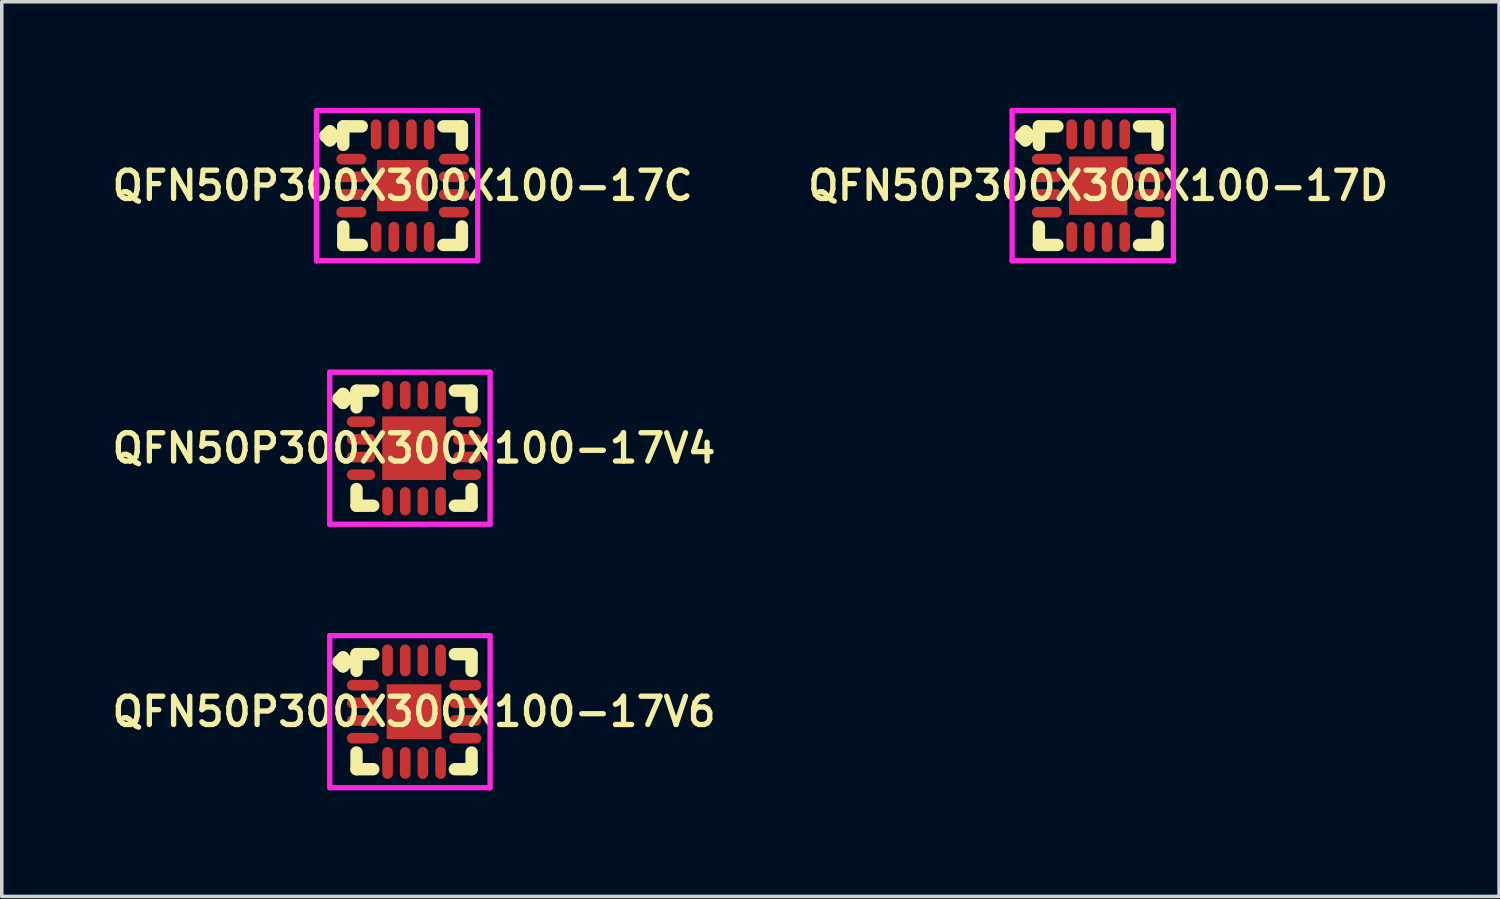
<source format=kicad_pcb>
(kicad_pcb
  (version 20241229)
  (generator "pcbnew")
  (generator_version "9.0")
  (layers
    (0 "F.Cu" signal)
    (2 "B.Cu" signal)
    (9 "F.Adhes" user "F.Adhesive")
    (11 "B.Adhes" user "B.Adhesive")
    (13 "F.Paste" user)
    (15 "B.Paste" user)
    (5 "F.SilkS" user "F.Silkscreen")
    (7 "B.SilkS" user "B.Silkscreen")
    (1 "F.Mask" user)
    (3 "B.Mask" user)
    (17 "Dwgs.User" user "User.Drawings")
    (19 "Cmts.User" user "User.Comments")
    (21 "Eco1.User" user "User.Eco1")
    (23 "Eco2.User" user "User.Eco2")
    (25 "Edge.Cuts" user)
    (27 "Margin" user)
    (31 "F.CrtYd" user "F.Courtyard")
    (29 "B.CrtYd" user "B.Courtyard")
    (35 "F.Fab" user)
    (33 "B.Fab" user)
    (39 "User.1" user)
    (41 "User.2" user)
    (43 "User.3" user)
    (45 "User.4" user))
  (footprint "QFN50P300X300X100-17D"
    (layer "F.Cu")
    (at 28.006 2.2)
    (property "Reference" "QFN50P300X300X100-17D" (at 0 0 0) (layer "F.SilkS") (effects (font (size 0.8 0.8) (thickness 0.15))))
    (attr smd)
    (fp_line (start -2.185 -1.408) (end -2.058 -1.535) (stroke (width 0.35) (type solid)) (layer "F.SilkS"))
    (fp_line (start -2.058 -1.535) (end -1.931 -1.408) (stroke (width 0.35) (type solid)) (layer "F.SilkS"))
    (fp_line (start -2.058 -1.281) (end -2.185 -1.408) (stroke (width 0.35) (type solid)) (layer "F.SilkS"))
    (fp_line (start -1.931 -1.408) (end -2.058 -1.281) (stroke (width 0.35) (type solid)) (layer "F.SilkS"))
    (fp_line (start -1.677 -1.677) (end -1.154 -1.677) (stroke (width 0.35) (type solid)) (layer "F.SilkS"))
    (fp_line (start -1.677 -1.154) (end -1.677 -1.677) (stroke (width 0.35) (type solid)) (layer "F.SilkS"))
    (fp_line (start -1.677 1.154) (end -1.677 1.677) (stroke (width 0.35) (type solid)) (layer "F.SilkS"))
    (fp_line (start -1.677 1.677) (end -1.154 1.677) (stroke (width 0.35) (type solid)) (layer "F.SilkS"))
    (fp_line (start 1.154 -1.677) (end 1.677 -1.677) (stroke (width 0.35) (type solid)) (layer "F.SilkS"))
    (fp_line (start 1.154 1.677) (end 1.677 1.677) (stroke (width 0.35) (type solid)) (layer "F.SilkS"))
    (fp_line (start 1.677 -1.677) (end 1.677 -1.154) (stroke (width 0.35) (type solid)) (layer "F.SilkS"))
    (fp_line (start 1.677 1.677) (end 1.677 1.154) (stroke (width 0.35) (type solid)) (layer "F.SilkS"))
    (fp_line (start -2.435 -2.125) (end 2.125 -2.125) (stroke (width 0.15) (type solid)) (layer "F.CrtYd"))
    (fp_line (start -2.435 2.125) (end -2.435 -2.125) (stroke (width 0.15) (type solid)) (layer "F.CrtYd"))
    (fp_line (start 2.125 -2.125) (end 2.125 2.125) (stroke (width 0.15) (type solid)) (layer "F.CrtYd"))
    (fp_line (start 2.125 2.125) (end -2.435 2.125) (stroke (width 0.15) (type solid)) (layer "F.CrtYd"))
    (pad "1" smd oval (at -1.45 -0.75) (size 0.85 0.3) (layers "F.Cu" "F.Mask" "F.Paste"))
    (pad "2" smd oval (at -1.45 -0.25) (size 0.85 0.3) (layers "F.Cu" "F.Mask" "F.Paste"))
    (pad "3" smd oval (at -1.45 0.25) (size 0.85 0.3) (layers "F.Cu" "F.Mask" "F.Paste"))
    (pad "4" smd oval (at -1.45 0.75) (size 0.85 0.3) (layers "F.Cu" "F.Mask" "F.Paste"))
    (pad "5" smd oval (at -0.75 1.45) (size 0.3 0.85) (layers "F.Cu" "F.Mask" "F.Paste"))
    (pad "6" smd oval (at -0.25 1.45) (size 0.3 0.85) (layers "F.Cu" "F.Mask" "F.Paste"))
    (pad "7" smd oval (at 0.25 1.45) (size 0.3 0.85) (layers "F.Cu" "F.Mask" "F.Paste"))
    (pad "8" smd oval (at 0.75 1.45) (size 0.3 0.85) (layers "F.Cu" "F.Mask" "F.Paste"))
    (pad "9" smd oval (at 1.45 0.75) (size 0.85 0.3) (layers "F.Cu" "F.Mask" "F.Paste"))
    (pad "10" smd oval (at 1.45 0.25) (size 0.85 0.3) (layers "F.Cu" "F.Mask" "F.Paste"))
    (pad "11" smd oval (at 1.45 -0.25) (size 0.85 0.3) (layers "F.Cu" "F.Mask" "F.Paste"))
    (pad "12" smd oval (at 1.45 -0.75) (size 0.85 0.3) (layers "F.Cu" "F.Mask" "F.Paste"))
    (pad "13" smd oval (at 0.75 -1.45) (size 0.3 0.85) (layers "F.Cu" "F.Mask" "F.Paste"))
    (pad "14" smd oval (at 0.25 -1.45) (size 0.3 0.85) (layers "F.Cu" "F.Mask" "F.Paste"))
    (pad "15" smd oval (at -0.25 -1.45) (size 0.3 0.85) (layers "F.Cu" "F.Mask" "F.Paste"))
    (pad "16" smd oval (at -0.75 -1.45) (size 0.3 0.85) (layers "F.Cu" "F.Mask" "F.Paste"))
    (pad "17" smd rect (at 0 0) (size 1.65 1.65) (layers "F.Cu" "F.Mask" "F.Paste")))
  (footprint "QFN50P300X300X100-17C"
    (layer "F.Cu")
    (at 8.335 2.2)
    (property "Reference" "QFN50P300X300X100-17C" (at 0 0 0) (layer "F.SilkS") (effects (font (size 0.8 0.8) (thickness 0.15))))
    (attr smd)
    (fp_line (start -2.185 -1.408) (end -2.058 -1.535) (stroke (width 0.35) (type solid)) (layer "F.SilkS"))
    (fp_line (start -2.058 -1.535) (end -1.931 -1.408) (stroke (width 0.35) (type solid)) (layer "F.SilkS"))
    (fp_line (start -2.058 -1.281) (end -2.185 -1.408) (stroke (width 0.35) (type solid)) (layer "F.SilkS"))
    (fp_line (start -1.931 -1.408) (end -2.058 -1.281) (stroke (width 0.35) (type solid)) (layer "F.SilkS"))
    (fp_line (start -1.677 -1.677) (end -1.154 -1.677) (stroke (width 0.35) (type solid)) (layer "F.SilkS"))
    (fp_line (start -1.677 -1.154) (end -1.677 -1.677) (stroke (width 0.35) (type solid)) (layer "F.SilkS"))
    (fp_line (start -1.677 1.154) (end -1.677 1.677) (stroke (width 0.35) (type solid)) (layer "F.SilkS"))
    (fp_line (start -1.677 1.677) (end -1.154 1.677) (stroke (width 0.35) (type solid)) (layer "F.SilkS"))
    (fp_line (start 1.154 -1.677) (end 1.677 -1.677) (stroke (width 0.35) (type solid)) (layer "F.SilkS"))
    (fp_line (start 1.154 1.677) (end 1.677 1.677) (stroke (width 0.35) (type solid)) (layer "F.SilkS"))
    (fp_line (start 1.677 -1.677) (end 1.677 -1.154) (stroke (width 0.35) (type solid)) (layer "F.SilkS"))
    (fp_line (start 1.677 1.677) (end 1.677 1.154) (stroke (width 0.35) (type solid)) (layer "F.SilkS"))
    (fp_line (start -2.435 -2.125) (end 2.125 -2.125) (stroke (width 0.15) (type solid)) (layer "F.CrtYd"))
    (fp_line (start -2.435 2.125) (end -2.435 -2.125) (stroke (width 0.15) (type solid)) (layer "F.CrtYd"))
    (fp_line (start 2.125 -2.125) (end 2.125 2.125) (stroke (width 0.15) (type solid)) (layer "F.CrtYd"))
    (fp_line (start 2.125 2.125) (end -2.435 2.125) (stroke (width 0.15) (type solid)) (layer "F.CrtYd"))
    (pad "1" smd oval (at -1.45 -0.75) (size 0.85 0.3) (layers "F.Cu" "F.Mask" "F.Paste"))
    (pad "2" smd oval (at -1.45 -0.25) (size 0.85 0.3) (layers "F.Cu" "F.Mask" "F.Paste"))
    (pad "3" smd oval (at -1.45 0.25) (size 0.85 0.3) (layers "F.Cu" "F.Mask" "F.Paste"))
    (pad "4" smd oval (at -1.45 0.75) (size 0.85 0.3) (layers "F.Cu" "F.Mask" "F.Paste"))
    (pad "5" smd oval (at -0.75 1.45) (size 0.3 0.85) (layers "F.Cu" "F.Mask" "F.Paste"))
    (pad "6" smd oval (at -0.25 1.45) (size 0.3 0.85) (layers "F.Cu" "F.Mask" "F.Paste"))
    (pad "7" smd oval (at 0.25 1.45) (size 0.3 0.85) (layers "F.Cu" "F.Mask" "F.Paste"))
    (pad "8" smd oval (at 0.75 1.45) (size 0.3 0.85) (layers "F.Cu" "F.Mask" "F.Paste"))
    (pad "9" smd oval (at 1.45 0.75) (size 0.85 0.3) (layers "F.Cu" "F.Mask" "F.Paste"))
    (pad "10" smd oval (at 1.45 0.25) (size 0.85 0.3) (layers "F.Cu" "F.Mask" "F.Paste"))
    (pad "11" smd oval (at 1.45 -0.25) (size 0.85 0.3) (layers "F.Cu" "F.Mask" "F.Paste"))
    (pad "12" smd oval (at 1.45 -0.75) (size 0.85 0.3) (layers "F.Cu" "F.Mask" "F.Paste"))
    (pad "13" smd oval (at 0.75 -1.45) (size 0.3 0.85) (layers "F.Cu" "F.Mask" "F.Paste"))
    (pad "14" smd oval (at 0.25 -1.45) (size 0.3 0.85) (layers "F.Cu" "F.Mask" "F.Paste"))
    (pad "15" smd oval (at -0.25 -1.45) (size 0.3 0.85) (layers "F.Cu" "F.Mask" "F.Paste"))
    (pad "16" smd oval (at -0.75 -1.45) (size 0.3 0.85) (layers "F.Cu" "F.Mask" "F.Paste"))
    (pad "17" smd rect (at 0 0) (size 1.45 1.45) (layers "F.Cu" "F.Mask" "F.Paste")))
  (footprint "QFN50P300X300X100-17V4"
    (layer "F.Cu")
    (at 8.659 9.625)
    (property "Reference" "QFN50P300X300X100-17V4" (at 0 0 0) (layer "F.SilkS") (effects (font (size 0.8 0.8) (thickness 0.15))))
    (attr smd)
    (fp_line (start -2.135 -1.408) (end -2.008 -1.535) (stroke (width 0.35) (type solid)) (layer "F.SilkS"))
    (fp_line (start -2.008 -1.535) (end -1.881 -1.408) (stroke (width 0.35) (type solid)) (layer "F.SilkS"))
    (fp_line (start -2.008 -1.281) (end -2.135 -1.408) (stroke (width 0.35) (type solid)) (layer "F.SilkS"))
    (fp_line (start -1.881 -1.408) (end -2.008 -1.281) (stroke (width 0.35) (type solid)) (layer "F.SilkS"))
    (fp_line (start -1.627 -1.627) (end -1.154 -1.627) (stroke (width 0.35) (type solid)) (layer "F.SilkS"))
    (fp_line (start -1.627 -1.154) (end -1.627 -1.627) (stroke (width 0.35) (type solid)) (layer "F.SilkS"))
    (fp_line (start -1.627 1.154) (end -1.627 1.627) (stroke (width 0.35) (type solid)) (layer "F.SilkS"))
    (fp_line (start -1.627 1.627) (end -1.154 1.627) (stroke (width 0.35) (type solid)) (layer "F.SilkS"))
    (fp_line (start 1.154 -1.627) (end 1.627 -1.627) (stroke (width 0.35) (type solid)) (layer "F.SilkS"))
    (fp_line (start 1.154 1.627) (end 1.627 1.627) (stroke (width 0.35) (type solid)) (layer "F.SilkS"))
    (fp_line (start 1.627 -1.627) (end 1.627 -1.154) (stroke (width 0.35) (type solid)) (layer "F.SilkS"))
    (fp_line (start 1.627 1.627) (end 1.627 1.154) (stroke (width 0.35) (type solid)) (layer "F.SilkS"))
    (fp_line (start -2.385 -2.15) (end 2.15 -2.15) (stroke (width 0.15) (type solid)) (layer "F.CrtYd"))
    (fp_line (start -2.385 2.15) (end -2.385 -2.15) (stroke (width 0.15) (type solid)) (layer "F.CrtYd"))
    (fp_line (start 2.15 -2.15) (end 2.15 2.15) (stroke (width 0.15) (type solid)) (layer "F.CrtYd"))
    (fp_line (start 2.15 2.15) (end -2.385 2.15) (stroke (width 0.15) (type solid)) (layer "F.CrtYd"))
    (pad "1" smd oval (at -1.5 -0.75) (size 0.8 0.3) (layers "F.Cu" "F.Mask" "F.Paste"))
    (pad "2" smd oval (at -1.5 -0.25) (size 0.8 0.3) (layers "F.Cu" "F.Mask" "F.Paste"))
    (pad "3" smd oval (at -1.5 0.25) (size 0.8 0.3) (layers "F.Cu" "F.Mask" "F.Paste"))
    (pad "4" smd oval (at -1.5 0.75) (size 0.8 0.3) (layers "F.Cu" "F.Mask" "F.Paste"))
    (pad "5" smd oval (at -0.75 1.5) (size 0.3 0.8) (layers "F.Cu" "F.Mask" "F.Paste"))
    (pad "6" smd oval (at -0.25 1.5) (size 0.3 0.8) (layers "F.Cu" "F.Mask" "F.Paste"))
    (pad "7" smd oval (at 0.25 1.5) (size 0.3 0.8) (layers "F.Cu" "F.Mask" "F.Paste"))
    (pad "8" smd oval (at 0.75 1.5) (size 0.3 0.8) (layers "F.Cu" "F.Mask" "F.Paste"))
    (pad "9" smd oval (at 1.5 0.75) (size 0.8 0.3) (layers "F.Cu" "F.Mask" "F.Paste"))
    (pad "10" smd oval (at 1.5 0.25) (size 0.8 0.3) (layers "F.Cu" "F.Mask" "F.Paste"))
    (pad "11" smd oval (at 1.5 -0.25) (size 0.8 0.3) (layers "F.Cu" "F.Mask" "F.Paste"))
    (pad "12" smd oval (at 1.5 -0.75) (size 0.8 0.3) (layers "F.Cu" "F.Mask" "F.Paste"))
    (pad "13" smd oval (at 0.75 -1.5) (size 0.3 0.8) (layers "F.Cu" "F.Mask" "F.Paste"))
    (pad "14" smd oval (at 0.25 -1.5) (size 0.3 0.8) (layers "F.Cu" "F.Mask" "F.Paste"))
    (pad "15" smd oval (at -0.25 -1.5) (size 0.3 0.8) (layers "F.Cu" "F.Mask" "F.Paste"))
    (pad "16" smd oval (at -0.75 -1.5) (size 0.3 0.8) (layers "F.Cu" "F.Mask" "F.Paste"))
    (pad "17" smd rect (at 0 0) (size 1.8 1.8) (layers "F.Cu" "F.Mask" "F.Paste")))
  (footprint "QFN50P300X300X100-17V6"
    (layer "F.Cu")
    (at 8.659 17.075)
    (property "Reference" "QFN50P300X300X100-17V6" (at 0 0 0) (layer "F.SilkS") (effects (font (size 0.8 0.8) (thickness 0.15))))
    (attr smd)
    (fp_line (start -2.135 -1.408) (end -2.008 -1.535) (stroke (width 0.35) (type solid)) (layer "F.SilkS"))
    (fp_line (start -2.008 -1.535) (end -1.881 -1.408) (stroke (width 0.35) (type solid)) (layer "F.SilkS"))
    (fp_line (start -2.008 -1.281) (end -2.135 -1.408) (stroke (width 0.35) (type solid)) (layer "F.SilkS"))
    (fp_line (start -1.881 -1.408) (end -2.008 -1.281) (stroke (width 0.35) (type solid)) (layer "F.SilkS"))
    (fp_line (start -1.627 -1.627) (end -1.154 -1.627) (stroke (width 0.35) (type solid)) (layer "F.SilkS"))
    (fp_line (start -1.627 -1.154) (end -1.627 -1.627) (stroke (width 0.35) (type solid)) (layer "F.SilkS"))
    (fp_line (start -1.627 1.154) (end -1.627 1.627) (stroke (width 0.35) (type solid)) (layer "F.SilkS"))
    (fp_line (start -1.627 1.627) (end -1.154 1.627) (stroke (width 0.35) (type solid)) (layer "F.SilkS"))
    (fp_line (start 1.154 -1.627) (end 1.627 -1.627) (stroke (width 0.35) (type solid)) (layer "F.SilkS"))
    (fp_line (start 1.154 1.627) (end 1.627 1.627) (stroke (width 0.35) (type solid)) (layer "F.SilkS"))
    (fp_line (start 1.627 -1.627) (end 1.627 -1.154) (stroke (width 0.35) (type solid)) (layer "F.SilkS"))
    (fp_line (start 1.627 1.627) (end 1.627 1.154) (stroke (width 0.35) (type solid)) (layer "F.SilkS"))
    (fp_line (start -2.385 -2.15) (end 2.15 -2.15) (stroke (width 0.15) (type solid)) (layer "F.CrtYd"))
    (fp_line (start -2.385 2.15) (end -2.385 -2.15) (stroke (width 0.15) (type solid)) (layer "F.CrtYd"))
    (fp_line (start 2.15 -2.15) (end 2.15 2.15) (stroke (width 0.15) (type solid)) (layer "F.CrtYd"))
    (fp_line (start 2.15 2.15) (end -2.385 2.15) (stroke (width 0.15) (type solid)) (layer "F.CrtYd"))
    (pad "1" smd oval (at -1.45 -0.75) (size 0.9 0.3) (layers "F.Cu" "F.Mask" "F.Paste"))
    (pad "2" smd oval (at -1.45 -0.25) (size 0.9 0.3) (layers "F.Cu" "F.Mask" "F.Paste"))
    (pad "3" smd oval (at -1.45 0.25) (size 0.9 0.3) (layers "F.Cu" "F.Mask" "F.Paste"))
    (pad "4" smd oval (at -1.45 0.75) (size 0.9 0.3) (layers "F.Cu" "F.Mask" "F.Paste"))
    (pad "5" smd oval (at -0.75 1.45) (size 0.3 0.9) (layers "F.Cu" "F.Mask" "F.Paste"))
    (pad "6" smd oval (at -0.25 1.45) (size 0.3 0.9) (layers "F.Cu" "F.Mask" "F.Paste"))
    (pad "7" smd oval (at 0.25 1.45) (size 0.3 0.9) (layers "F.Cu" "F.Mask" "F.Paste"))
    (pad "8" smd oval (at 0.75 1.45) (size 0.3 0.9) (layers "F.Cu" "F.Mask" "F.Paste"))
    (pad "9" smd oval (at 1.45 0.75) (size 0.9 0.3) (layers "F.Cu" "F.Mask" "F.Paste"))
    (pad "10" smd oval (at 1.45 0.25) (size 0.9 0.3) (layers "F.Cu" "F.Mask" "F.Paste"))
    (pad "11" smd oval (at 1.45 -0.25) (size 0.9 0.3) (layers "F.Cu" "F.Mask" "F.Paste"))
    (pad "12" smd oval (at 1.45 -0.75) (size 0.9 0.3) (layers "F.Cu" "F.Mask" "F.Paste"))
    (pad "13" smd oval (at 0.75 -1.45) (size 0.3 0.9) (layers "F.Cu" "F.Mask" "F.Paste"))
    (pad "14" smd oval (at 0.25 -1.45) (size 0.3 0.9) (layers "F.Cu" "F.Mask" "F.Paste"))
    (pad "15" smd oval (at -0.25 -1.45) (size 0.3 0.9) (layers "F.Cu" "F.Mask" "F.Paste"))
    (pad "16" smd oval (at -0.75 -1.45) (size 0.3 0.9) (layers "F.Cu" "F.Mask" "F.Paste"))
    (pad "17" smd rect (at 0 0) (size 1.55 1.55) (layers "F.Cu" "F.Mask" "F.Paste")))
  (gr_rect
    (start -3 -3)
    (end 39.342 22.3)
    (stroke (width 0.1) (type default))
    (fill no)
    (layer "Edge.Cuts")))
</source>
